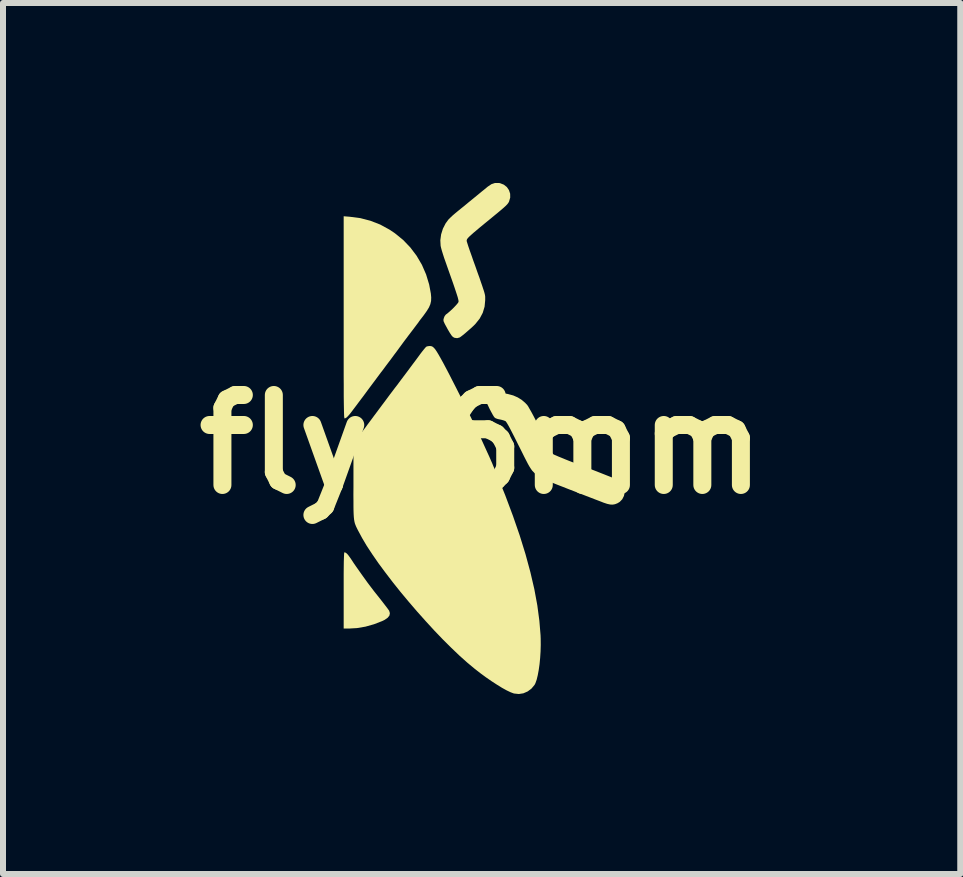
<source format=kicad_pcb>
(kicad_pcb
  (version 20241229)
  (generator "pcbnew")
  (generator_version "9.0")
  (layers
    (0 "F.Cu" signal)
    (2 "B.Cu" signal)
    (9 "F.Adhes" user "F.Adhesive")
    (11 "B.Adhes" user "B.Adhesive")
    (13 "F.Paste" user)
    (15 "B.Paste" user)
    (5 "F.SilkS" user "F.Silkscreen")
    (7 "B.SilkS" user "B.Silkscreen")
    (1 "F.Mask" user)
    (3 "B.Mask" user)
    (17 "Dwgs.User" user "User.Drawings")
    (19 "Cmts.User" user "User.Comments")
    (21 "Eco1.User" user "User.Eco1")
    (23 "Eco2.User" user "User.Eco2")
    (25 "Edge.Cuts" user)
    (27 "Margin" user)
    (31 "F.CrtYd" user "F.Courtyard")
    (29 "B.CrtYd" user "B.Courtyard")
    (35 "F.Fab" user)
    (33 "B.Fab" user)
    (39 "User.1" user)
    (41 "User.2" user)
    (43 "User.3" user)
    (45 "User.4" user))
  (footprint "fly_6mm"
    (layer "F.Cu")
    (at 4.979 4.356)
    (property "Reference" "fly_6mm" (at 0 0 0) (layer "F.SilkS") (effects (font (size 1.5 1.5) (thickness 0.3))))
    (attr board_only exclude_from_pos_files exclude_from_bom)
    (fp_poly (pts (xy -2.269 1.806) (xy -2.248 1.821) (xy -2.223 1.849) (xy -2.191 1.893) (xy -2.163 1.934) (xy -2.132 1.982) (xy -2.091 2.041) (xy -2.046 2.105) (xy -2 2.17) (xy -1.973 2.208) (xy -1.933 2.263) (xy -1.901 2.308) (xy -1.873 2.345) (xy -1.848 2.378) (xy -1.822 2.412) (xy -1.794 2.449) (xy -1.759 2.493) (xy -1.715 2.548) (xy -1.675 2.599) (xy -1.636 2.649) (xy -1.6 2.696) (xy -1.571 2.734) (xy -1.551 2.762) (xy -1.542 2.774) (xy -1.53 2.815) (xy -1.537 2.854) (xy -1.565 2.89) (xy -1.614 2.925) (xy -1.658 2.947) (xy -1.795 3) (xy -1.937 3.04) (xy -2.079 3.064) (xy -2.2 3.071) (xy -2.3 3.071) (xy -2.3 2.436) (xy -2.3 2.287) (xy -2.3 2.159) (xy -2.299 2.052) (xy -2.298 1.964) (xy -2.296 1.896) (xy -2.294 1.847) (xy -2.292 1.816) (xy -2.29 1.802) (xy -2.289 1.801)) (stroke (width 0) (type solid)) (fill yes) (layer "F.SilkS"))
    (fp_poly (pts (xy -2.2 -3.793) (xy -2.023 -3.77) (xy -1.854 -3.726) (xy -1.692 -3.663) (xy -1.536 -3.578) (xy -1.444 -3.516) (xy -1.309 -3.406) (xy -1.189 -3.281) (xy -1.084 -3.142) (xy -0.996 -2.992) (xy -0.926 -2.831) (xy -0.875 -2.663) (xy -0.847 -2.514) (xy -0.841 -2.448) (xy -0.843 -2.39) (xy -0.855 -2.336) (xy -0.878 -2.282) (xy -0.914 -2.223) (xy -0.964 -2.153) (xy -0.968 -2.147) (xy -0.999 -2.107) (xy -1.026 -2.072) (xy -1.046 -2.045) (xy -1.052 -2.035) (xy -1.064 -2.019) (xy -1.087 -1.989) (xy -1.117 -1.949) (xy -1.153 -1.901) (xy -1.183 -1.862) (xy -1.221 -1.812) (xy -1.256 -1.765) (xy -1.285 -1.727) (xy -1.305 -1.7) (xy -1.313 -1.689) (xy -1.324 -1.674) (xy -1.346 -1.644) (xy -1.377 -1.602) (xy -1.414 -1.551) (xy -1.457 -1.494) (xy -1.501 -1.434) (xy -1.546 -1.374) (xy -1.59 -1.316) (xy -1.629 -1.263) (xy -1.662 -1.219) (xy -1.682 -1.194) (xy -1.704 -1.164) (xy -1.736 -1.121) (xy -1.776 -1.067) (xy -1.821 -1.007) (xy -1.868 -0.944) (xy -1.888 -0.917) (xy -1.933 -0.856) (xy -1.975 -0.799) (xy -2.013 -0.749) (xy -2.043 -0.709) (xy -2.064 -0.681) (xy -2.07 -0.673) (xy -2.09 -0.646) (xy -2.118 -0.609) (xy -2.149 -0.568) (xy -2.16 -0.553) (xy -2.198 -0.504) (xy -2.228 -0.47) (xy -2.251 -0.447) (xy -2.273 -0.434) (xy -2.281 -0.431) (xy -2.284 -0.43) (xy -2.286 -0.433) (xy -2.288 -0.438) (xy -2.29 -0.448) (xy -2.292 -0.463) (xy -2.293 -0.484) (xy -2.294 -0.513) (xy -2.295 -0.55) (xy -2.296 -0.596) (xy -2.297 -0.652) (xy -2.298 -0.72) (xy -2.299 -0.8) (xy -2.299 -0.893) (xy -2.299 -1) (xy -2.3 -1.123) (xy -2.3 -1.262) (xy -2.3 -1.418) (xy -2.3 -1.592) (xy -2.3 -1.786) (xy -2.3 -2) (xy -2.3 -2.112) (xy -2.3 -3.801)) (stroke (width 0) (type solid)) (fill yes) (layer "F.SilkS"))
    (fp_poly (pts (xy 0.213 -0.874) (xy 0.264 -0.868) (xy 0.331 -0.858) (xy 0.438 -0.838) (xy 0.527 -0.814) (xy 0.602 -0.781) (xy 0.668 -0.74) (xy 0.728 -0.688) (xy 0.759 -0.655) (xy 0.774 -0.634) (xy 0.796 -0.595) (xy 0.826 -0.543) (xy 0.861 -0.478) (xy 0.9 -0.403) (xy 0.942 -0.322) (xy 0.985 -0.237) (xy 1.029 -0.149) (xy 1.071 -0.063) (xy 1.111 0.021) (xy 1.141 0.084) (xy 1.16 0.121) (xy 1.181 0.151) (xy 1.196 0.167) (xy 1.212 0.175) (xy 1.243 0.188) (xy 1.286 0.207) (xy 1.336 0.227) (xy 1.391 0.25) (xy 1.446 0.272) (xy 1.497 0.292) (xy 1.54 0.308) (xy 1.572 0.32) (xy 1.588 0.325) (xy 1.589 0.326) (xy 1.6 0.329) (xy 1.628 0.34) (xy 1.671 0.356) (xy 1.724 0.377) (xy 1.785 0.401) (xy 1.803 0.408) (xy 1.878 0.437) (xy 1.957 0.468) (xy 2.033 0.498) (xy 2.101 0.525) (xy 2.15 0.544) (xy 2.219 0.573) (xy 2.274 0.6) (xy 2.31 0.623) (xy 2.32 0.631) (xy 2.359 0.682) (xy 2.38 0.741) (xy 2.384 0.802) (xy 2.372 0.861) (xy 2.344 0.916) (xy 2.302 0.96) (xy 2.264 0.983) (xy 2.223 0.999) (xy 2.184 1.006) (xy 2.142 1.004) (xy 2.092 0.993) (xy 2.029 0.972) (xy 2.002 0.961) (xy 1.95 0.941) (xy 1.884 0.916) (xy 1.812 0.888) (xy 1.739 0.86) (xy 1.698 0.844) (xy 1.562 0.791) (xy 1.445 0.746) (xy 1.346 0.707) (xy 1.261 0.674) (xy 1.191 0.646) (xy 1.134 0.623) (xy 1.088 0.605) (xy 1.051 0.589) (xy 1.022 0.577) (xy 1 0.567) (xy 0.983 0.558) (xy 0.97 0.55) (xy 0.962 0.545) (xy 0.93 0.523) (xy 0.893 0.491) (xy 0.862 0.46) (xy 0.846 0.444) (xy 0.831 0.424) (xy 0.814 0.399) (xy 0.794 0.367) (xy 0.771 0.326) (xy 0.744 0.274) (xy 0.71 0.208) (xy 0.67 0.127) (xy 0.621 0.029) (xy 0.615 0.018) (xy 0.559 -0.095) (xy 0.511 -0.189) (xy 0.472 -0.264) (xy 0.441 -0.321) (xy 0.418 -0.359) (xy 0.403 -0.381) (xy 0.398 -0.385) (xy 0.373 -0.396) (xy 0.335 -0.407) (xy 0.308 -0.413) (xy 0.269 -0.421) (xy 0.235 -0.433) (xy 0.22 -0.442) (xy 0.206 -0.458) (xy 0.186 -0.49) (xy 0.162 -0.534) (xy 0.135 -0.585) (xy 0.124 -0.608) (xy 0.093 -0.673) (xy 0.072 -0.723) (xy 0.061 -0.761) (xy 0.06 -0.79) (xy 0.067 -0.814) (xy 0.084 -0.835) (xy 0.098 -0.849) (xy 0.113 -0.862) (xy 0.129 -0.871) (xy 0.149 -0.876) (xy 0.175 -0.877)) (stroke (width 0) (type solid)) (fill yes) (layer "F.SilkS"))
    (fp_poly (pts (xy 0.305 -4.353) (xy 0.369 -4.328) (xy 0.42 -4.288) (xy 0.455 -4.237) (xy 0.475 -4.177) (xy 0.476 -4.113) (xy 0.457 -4.047) (xy 0.455 -4.042) (xy 0.444 -4.023) (xy 0.427 -4.001) (xy 0.402 -3.975) (xy 0.367 -3.943) (xy 0.319 -3.902) (xy 0.257 -3.85) (xy 0.236 -3.833) (xy 0.134 -3.749) (xy 0.047 -3.678) (xy -0.026 -3.618) (xy -0.085 -3.568) (xy -0.134 -3.527) (xy -0.171 -3.494) (xy -0.2 -3.468) (xy -0.22 -3.448) (xy -0.234 -3.432) (xy -0.243 -3.419) (xy -0.247 -3.409) (xy -0.249 -3.399) (xy -0.25 -3.39) (xy -0.246 -3.375) (xy -0.236 -3.343) (xy -0.221 -3.296) (xy -0.201 -3.237) (xy -0.177 -3.17) (xy -0.151 -3.096) (xy -0.151 -3.094) (xy -0.106 -2.97) (xy -0.069 -2.864) (xy -0.037 -2.776) (xy -0.012 -2.702) (xy 0.009 -2.642) (xy 0.025 -2.593) (xy 0.038 -2.554) (xy 0.047 -2.523) (xy 0.053 -2.499) (xy 0.057 -2.478) (xy 0.059 -2.46) (xy 0.059 -2.443) (xy 0.059 -2.424) (xy 0.059 -2.403) (xy 0.049 -2.294) (xy 0.018 -2.191) (xy -0.033 -2.095) (xy -0.105 -2.005) (xy -0.133 -1.977) (xy -0.176 -1.937) (xy -0.223 -1.896) (xy -0.269 -1.856) (xy -0.31 -1.822) (xy -0.344 -1.796) (xy -0.365 -1.781) (xy -0.365 -1.781) (xy -0.408 -1.769) (xy -0.453 -1.775) (xy -0.48 -1.79) (xy -0.502 -1.814) (xy -0.53 -1.856) (xy -0.566 -1.917) (xy -0.609 -1.996) (xy -0.622 -2.022) (xy -0.635 -2.052) (xy -0.637 -2.077) (xy -0.63 -2.105) (xy -0.617 -2.137) (xy -0.599 -2.16) (xy -0.596 -2.163) (xy -0.562 -2.189) (xy -0.523 -2.223) (xy -0.483 -2.26) (xy -0.446 -2.298) (xy -0.415 -2.332) (xy -0.393 -2.359) (xy -0.386 -2.374) (xy -0.385 -2.384) (xy -0.387 -2.4) (xy -0.392 -2.423) (xy -0.4 -2.454) (xy -0.413 -2.495) (xy -0.43 -2.547) (xy -0.452 -2.613) (xy -0.479 -2.692) (xy -0.513 -2.788) (xy -0.553 -2.901) (xy -0.599 -3.032) (xy -0.601 -3.038) (xy -0.625 -3.105) (xy -0.646 -3.171) (xy -0.664 -3.229) (xy -0.677 -3.277) (xy -0.684 -3.308) (xy -0.689 -3.401) (xy -0.676 -3.498) (xy -0.646 -3.594) (xy -0.601 -3.682) (xy -0.555 -3.745) (xy -0.525 -3.775) (xy -0.486 -3.812) (xy -0.444 -3.848) (xy -0.432 -3.858) (xy -0.397 -3.887) (xy -0.348 -3.927) (xy -0.288 -3.975) (xy -0.222 -4.03) (xy -0.152 -4.087) (xy -0.081 -4.145) (xy -0.013 -4.201) (xy 0.005 -4.216) (xy 0.039 -4.243) (xy 0.079 -4.276) (xy 0.102 -4.295) (xy 0.163 -4.336) (xy 0.223 -4.356) (xy 0.285 -4.356)) (stroke (width 0) (type solid)) (fill yes) (layer "F.SilkS"))
    (fp_poly (pts (xy -0.841 -1.636) (xy -0.82 -1.628) (xy -0.8 -1.612) (xy -0.777 -1.587) (xy -0.751 -1.549) (xy -0.72 -1.498) (xy -0.682 -1.431) (xy -0.64 -1.355) (xy -0.596 -1.272) (xy -0.545 -1.175) (xy -0.489 -1.065) (xy -0.429 -0.948) (xy -0.367 -0.825) (xy -0.304 -0.699) (xy -0.242 -0.575) (xy -0.183 -0.456) (xy -0.128 -0.343) (xy -0.079 -0.242) (xy -0.037 -0.154) (xy -0.014 -0.103) (xy 0.029 -0.009) (xy 0.064 0.068) (xy 0.093 0.132) (xy 0.118 0.186) (xy 0.139 0.233) (xy 0.158 0.277) (xy 0.177 0.32) (xy 0.196 0.367) (xy 0.219 0.42) (xy 0.245 0.482) (xy 0.249 0.494) (xy 0.393 0.85) (xy 0.521 1.192) (xy 0.634 1.519) (xy 0.731 1.832) (xy 0.812 2.131) (xy 0.878 2.415) (xy 0.928 2.686) (xy 0.962 2.942) (xy 0.982 3.185) (xy 0.984 3.239) (xy 0.985 3.345) (xy 0.982 3.454) (xy 0.975 3.562) (xy 0.965 3.666) (xy 0.951 3.764) (xy 0.935 3.85) (xy 0.917 3.924) (xy 0.897 3.981) (xy 0.883 4.009) (xy 0.831 4.072) (xy 0.767 4.12) (xy 0.696 4.151) (xy 0.62 4.163) (xy 0.544 4.155) (xy 0.531 4.152) (xy 0.481 4.133) (xy 0.416 4.102) (xy 0.34 4.06) (xy 0.256 4.008) (xy 0.165 3.949) (xy 0.071 3.884) (xy -0.023 3.815) (xy -0.114 3.744) (xy -0.238 3.641) (xy -0.369 3.524) (xy -0.505 3.394) (xy -0.646 3.254) (xy -0.789 3.105) (xy -0.932 2.949) (xy -1.075 2.789) (xy -1.215 2.626) (xy -1.352 2.462) (xy -1.482 2.299) (xy -1.605 2.138) (xy -1.72 1.983) (xy -1.823 1.834) (xy -1.915 1.694) (xy -1.992 1.564) (xy -2.043 1.469) (xy -2.063 1.432) (xy -2.079 1.4) (xy -2.093 1.371) (xy -2.104 1.344) (xy -2.114 1.317) (xy -2.121 1.287) (xy -2.127 1.252) (xy -2.131 1.212) (xy -2.134 1.162) (xy -2.136 1.103) (xy -2.137 1.031) (xy -2.137 0.945) (xy -2.138 0.842) (xy -2.137 0.721) (xy -2.137 0.618) (xy -2.137 -0.016) (xy -2.042 -0.142) (xy -2.013 -0.18) (xy -1.99 -0.212) (xy -1.969 -0.239) (xy -1.949 -0.265) (xy -1.928 -0.293) (xy -1.905 -0.325) (xy -1.876 -0.364) (xy -1.84 -0.412) (xy -1.795 -0.473) (xy -1.747 -0.537) (xy -1.663 -0.65) (xy -1.591 -0.746) (xy -1.532 -0.826) (xy -1.484 -0.889) (xy -1.448 -0.937) (xy -1.422 -0.97) (xy -1.413 -0.982) (xy -1.399 -1) (xy -1.375 -1.033) (xy -1.342 -1.077) (xy -1.303 -1.129) (xy -1.26 -1.186) (xy -1.244 -1.207) (xy -1.196 -1.272) (xy -1.146 -1.339) (xy -1.098 -1.403) (xy -1.056 -1.46) (xy -1.023 -1.505) (xy -1.02 -1.509) (xy -0.987 -1.552) (xy -0.958 -1.588) (xy -0.935 -1.615) (xy -0.921 -1.628) (xy -0.92 -1.628) (xy -0.897 -1.635) (xy -0.866 -1.638) (xy -0.862 -1.638)) (stroke (width 0) (type solid)) (fill yes) (layer "F.SilkS")))
  (gr_rect
    (start -3 -3)
    (end 12.957 11.519)
    (stroke (width 0.1) (type default))
    (fill no)
    (layer "Edge.Cuts")))
</source>
